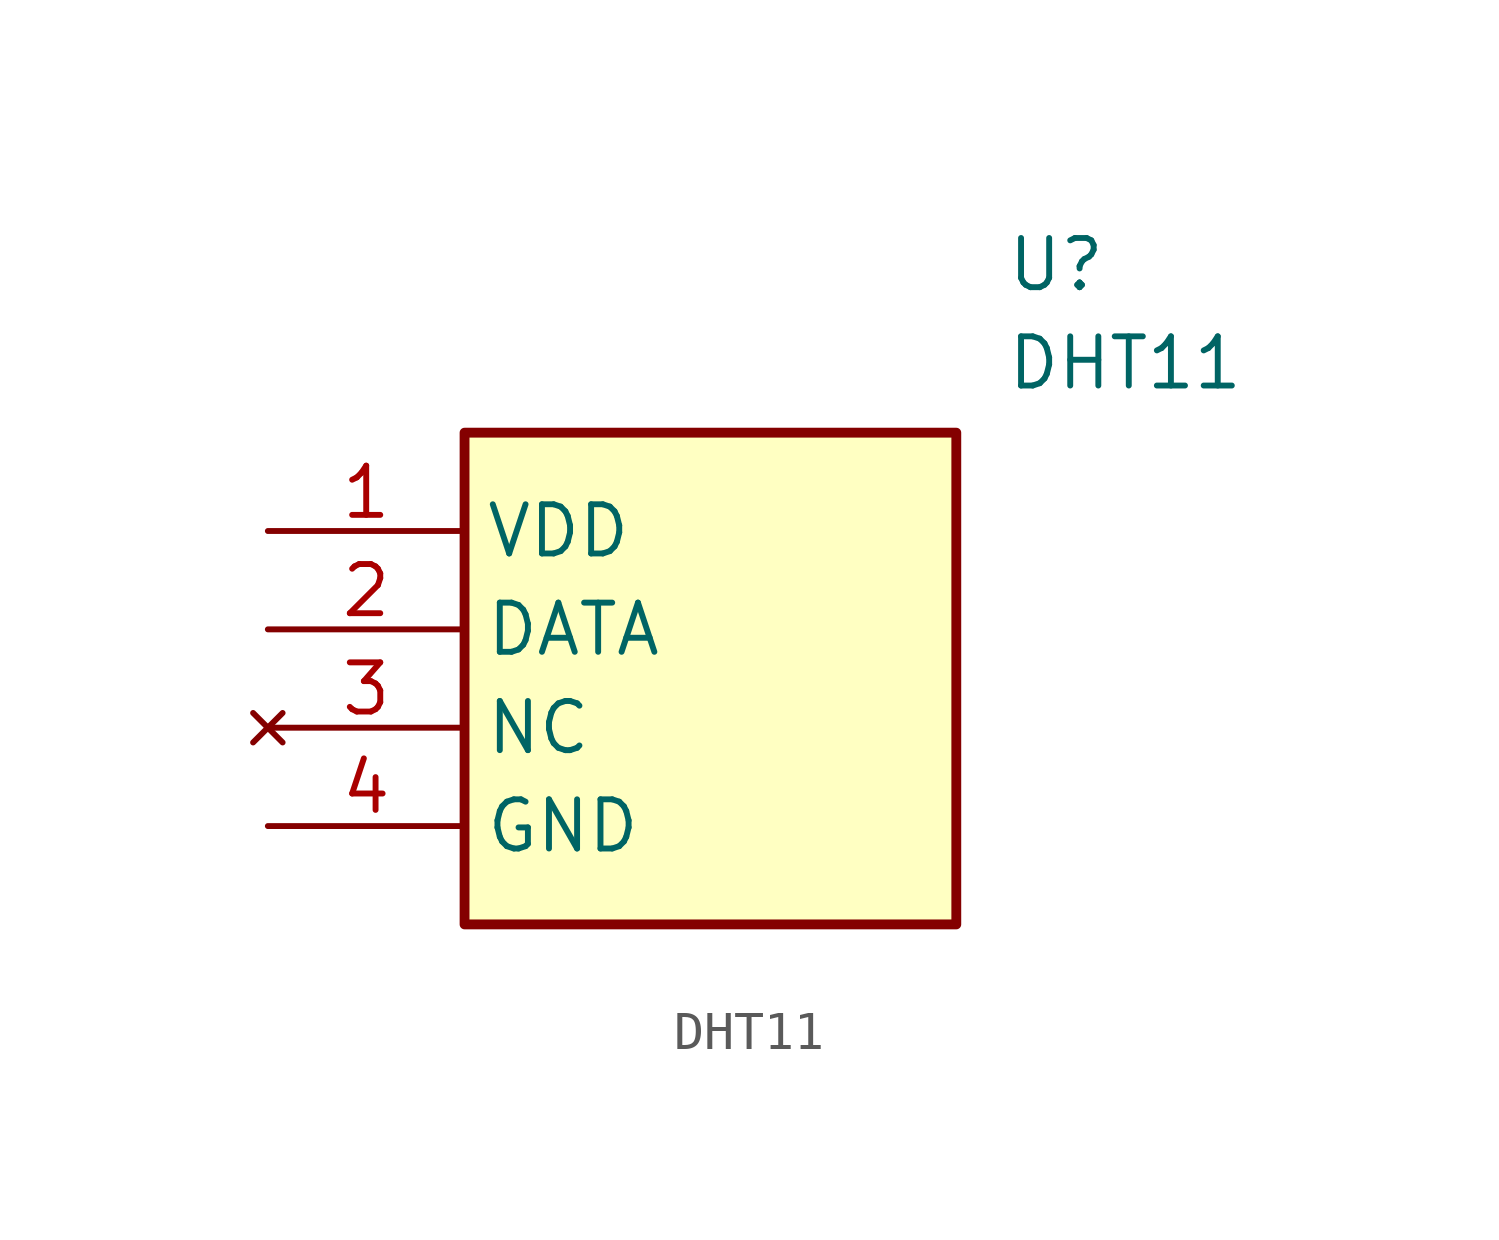
<source format=kicad_sym>
(kicad_symbol_lib
  (version 20211014)
  (generator SamacSys_ECAD_Model)
  (symbol "DHT11"
    (property "Reference" "U"
      (at 19.05 7.62 0)
      (effects (font (size 1.27 1.27)) (justify left top)))
    (property "Value" "DHT11"
      (at 19.05 5.08 0)
      (effects (font (size 1.27 1.27)) (justify left top)))
    (rectangle
      (start 5.08 2.54)
      (end 17.78 -10.16)
      (stroke (width 0.254) (type default))
      (fill (type background)))
    (pin passive line
      (at 0 0 0)
      (length 5.08)
      (name "VDD" (effects (font (size 1.27 1.27))))
      (number "1" (effects (font (size 1.27 1.27)))))
    (pin passive line
      (at 0 -2.54 0)
      (length 5.08)
      (name "DATA" (effects (font (size 1.27 1.27))))
      (number "2" (effects (font (size 1.27 1.27)))))
    (pin no_connect line
      (at 0 -5.08 0)
      (length 5.08)
      (name "NC" (effects (font (size 1.27 1.27))))
      (number "3" (effects (font (size 1.27 1.27)))))
    (pin passive line
      (at 0 -7.62 0)
      (length 5.08)
      (name "GND" (effects (font (size 1.27 1.27))))
      (number "4" (effects (font (size 1.27 1.27)))))))
</source>
